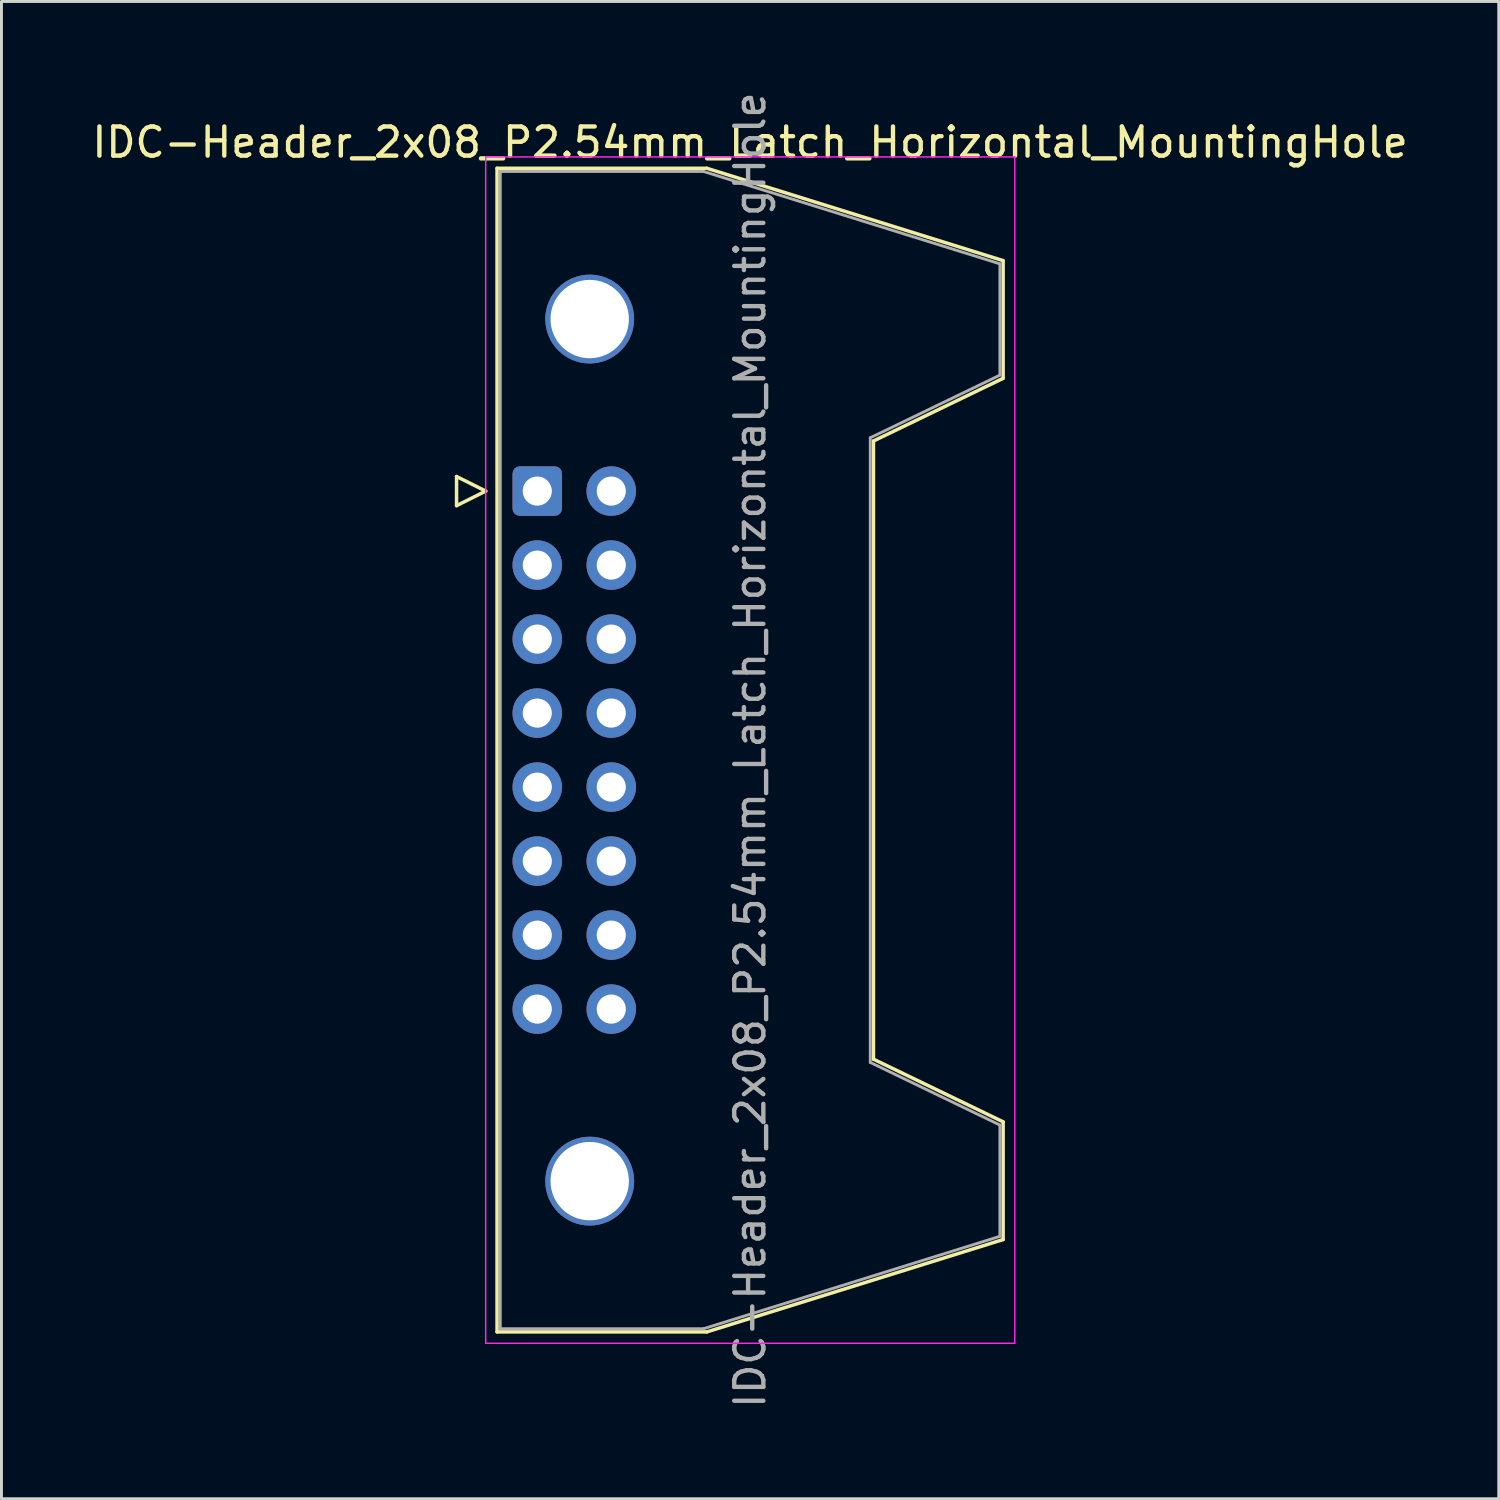
<source format=kicad_pcb>
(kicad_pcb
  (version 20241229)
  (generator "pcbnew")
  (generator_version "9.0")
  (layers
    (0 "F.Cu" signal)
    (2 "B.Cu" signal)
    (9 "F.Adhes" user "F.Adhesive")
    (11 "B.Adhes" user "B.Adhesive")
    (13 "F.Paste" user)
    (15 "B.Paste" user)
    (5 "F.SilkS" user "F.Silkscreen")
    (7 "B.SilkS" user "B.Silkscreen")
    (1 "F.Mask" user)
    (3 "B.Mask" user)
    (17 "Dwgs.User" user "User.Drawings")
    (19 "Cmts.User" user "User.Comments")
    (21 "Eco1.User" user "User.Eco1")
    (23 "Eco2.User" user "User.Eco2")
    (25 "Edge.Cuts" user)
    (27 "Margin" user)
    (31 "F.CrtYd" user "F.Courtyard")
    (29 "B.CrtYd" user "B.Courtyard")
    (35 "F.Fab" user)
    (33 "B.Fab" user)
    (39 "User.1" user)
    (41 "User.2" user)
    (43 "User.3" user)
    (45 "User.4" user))
  (footprint "IDC-Header_2x08_P2.54mm_Latch_Horizontal_MountingHole"
    (layer "F.Cu")
    (at 15.391 13.806)
    (property "Reference" "IDC-Header_2x08_P2.54mm_Latch_Horizontal_MountingHole" (at 7.305 -11.97 0) (layer "F.SilkS") (effects (font (size 1 1) (thickness 0.15))))
    (attr through_hole)
    (fp_line (start -2.77 -0.5) (end -2.77 0.5) (stroke (width 0.12) (type solid)) (layer "F.SilkS"))
    (fp_line (start -2.77 0.5) (end -1.77 0) (stroke (width 0.12) (type solid)) (layer "F.SilkS"))
    (fp_line (start -1.77 0) (end -2.77 -0.5) (stroke (width 0.12) (type solid)) (layer "F.SilkS"))
    (fp_line (start -1.38 -11.08) (end 5.82 -11.08) (stroke (width 0.12) (type solid)) (layer "F.SilkS"))
    (fp_line (start -1.38 28.86) (end -1.38 -11.08) (stroke (width 0.12) (type solid)) (layer "F.SilkS"))
    (fp_line (start 5.82 -11.08) (end 15.99 -7.91) (stroke (width 0.12) (type solid)) (layer "F.SilkS"))
    (fp_line (start 5.82 28.86) (end -1.38 28.86) (stroke (width 0.12) (type solid)) (layer "F.SilkS"))
    (fp_line (start 11.54 -1.72) (end 11.54 19.5) (stroke (width 0.12) (type solid)) (layer "F.SilkS"))
    (fp_line (start 11.54 19.5) (end 15.99 21.65) (stroke (width 0.12) (type solid)) (layer "F.SilkS"))
    (fp_line (start 15.99 -7.91) (end 15.99 -3.87) (stroke (width 0.12) (type solid)) (layer "F.SilkS"))
    (fp_line (start 15.99 -3.87) (end 11.54 -1.72) (stroke (width 0.12) (type solid)) (layer "F.SilkS"))
    (fp_line (start 15.99 21.65) (end 15.99 25.69) (stroke (width 0.12) (type solid)) (layer "F.SilkS"))
    (fp_line (start 15.99 25.69) (end 5.82 28.86) (stroke (width 0.12) (type solid)) (layer "F.SilkS"))
    (fp_line (start -1.77 -11.47) (end -1.77 29.25) (stroke (width 0.05) (type solid)) (layer "F.CrtYd"))
    (fp_line (start -1.77 29.25) (end 16.39 29.25) (stroke (width 0.05) (type solid)) (layer "F.CrtYd"))
    (fp_line (start 16.39 -11.47) (end -1.77 -11.47) (stroke (width 0.05) (type solid)) (layer "F.CrtYd"))
    (fp_line (start 16.39 29.25) (end 16.39 -11.47) (stroke (width 0.05) (type solid)) (layer "F.CrtYd"))
    (fp_line (start -1.27 -10.97) (end 5.71 -10.97) (stroke (width 0.1) (type solid)) (layer "F.Fab"))
    (fp_line (start -1.27 28.75) (end -1.27 -10.97) (stroke (width 0.1) (type solid)) (layer "F.Fab"))
    (fp_line (start 5.71 -10.97) (end 15.88 -7.8) (stroke (width 0.1) (type solid)) (layer "F.Fab"))
    (fp_line (start 5.71 28.75) (end -1.27 28.75) (stroke (width 0.1) (type solid)) (layer "F.Fab"))
    (fp_line (start 11.43 -1.83) (end 11.43 19.61) (stroke (width 0.1) (type solid)) (layer "F.Fab"))
    (fp_line (start 11.43 19.61) (end 15.88 21.76) (stroke (width 0.1) (type solid)) (layer "F.Fab"))
    (fp_line (start 15.88 -7.8) (end 15.88 -3.98) (stroke (width 0.1) (type solid)) (layer "F.Fab"))
    (fp_line (start 15.88 -3.98) (end 11.43 -1.83) (stroke (width 0.1) (type solid)) (layer "F.Fab"))
    (fp_line (start 15.88 21.76) (end 15.88 25.58) (stroke (width 0.1) (type solid)) (layer "F.Fab"))
    (fp_line (start 15.88 25.58) (end 5.71 28.75) (stroke (width 0.1) (type solid)) (layer "F.Fab"))
    (fp_text user "${REFERENCE}" (at 7.305 8.89 90) (layer "F.Fab") (effects (font (size 1 1) (thickness 0.15))))
    (pad "" thru_hole circle (at 1.8 -5.905) (size 3.05 3.05) (drill 2.69) (layers "*.Cu" "*.Mask"))
    (pad "" thru_hole circle (at 1.8 23.685) (size 3.05 3.05) (drill 2.69) (layers "*.Cu" "*.Mask"))
    (pad "1" thru_hole roundrect (at 0 0) (size 1.7 1.7) (drill 1) (layers "*.Cu" "*.Mask") (roundrect_rratio 0.147))
    (pad "2" thru_hole circle (at 2.54 0) (size 1.7 1.7) (drill 1) (layers "*.Cu" "*.Mask"))
    (pad "3" thru_hole circle (at 0 2.54) (size 1.7 1.7) (drill 1) (layers "*.Cu" "*.Mask"))
    (pad "4" thru_hole circle (at 2.54 2.54) (size 1.7 1.7) (drill 1) (layers "*.Cu" "*.Mask"))
    (pad "5" thru_hole circle (at 0 5.08) (size 1.7 1.7) (drill 1) (layers "*.Cu" "*.Mask"))
    (pad "6" thru_hole circle (at 2.54 5.08) (size 1.7 1.7) (drill 1) (layers "*.Cu" "*.Mask"))
    (pad "7" thru_hole circle (at 0 7.62) (size 1.7 1.7) (drill 1) (layers "*.Cu" "*.Mask"))
    (pad "8" thru_hole circle (at 2.54 7.62) (size 1.7 1.7) (drill 1) (layers "*.Cu" "*.Mask"))
    (pad "9" thru_hole circle (at 0 10.16) (size 1.7 1.7) (drill 1) (layers "*.Cu" "*.Mask"))
    (pad "10" thru_hole circle (at 2.54 10.16) (size 1.7 1.7) (drill 1) (layers "*.Cu" "*.Mask"))
    (pad "11" thru_hole circle (at 0 12.7) (size 1.7 1.7) (drill 1) (layers "*.Cu" "*.Mask"))
    (pad "12" thru_hole circle (at 2.54 12.7) (size 1.7 1.7) (drill 1) (layers "*.Cu" "*.Mask"))
    (pad "13" thru_hole circle (at 0 15.24) (size 1.7 1.7) (drill 1) (layers "*.Cu" "*.Mask"))
    (pad "14" thru_hole circle (at 2.54 15.24) (size 1.7 1.7) (drill 1) (layers "*.Cu" "*.Mask"))
    (pad "15" thru_hole circle (at 0 17.78) (size 1.7 1.7) (drill 1) (layers "*.Cu" "*.Mask"))
    (pad "16" thru_hole circle (at 2.54 17.78) (size 1.7 1.7) (drill 1) (layers "*.Cu" "*.Mask")))
  (gr_rect
    (start -3 -3)
    (end 48.393 48.393)
    (stroke (width 0.1) (type default))
    (fill no)
    (layer "Edge.Cuts")))
</source>
